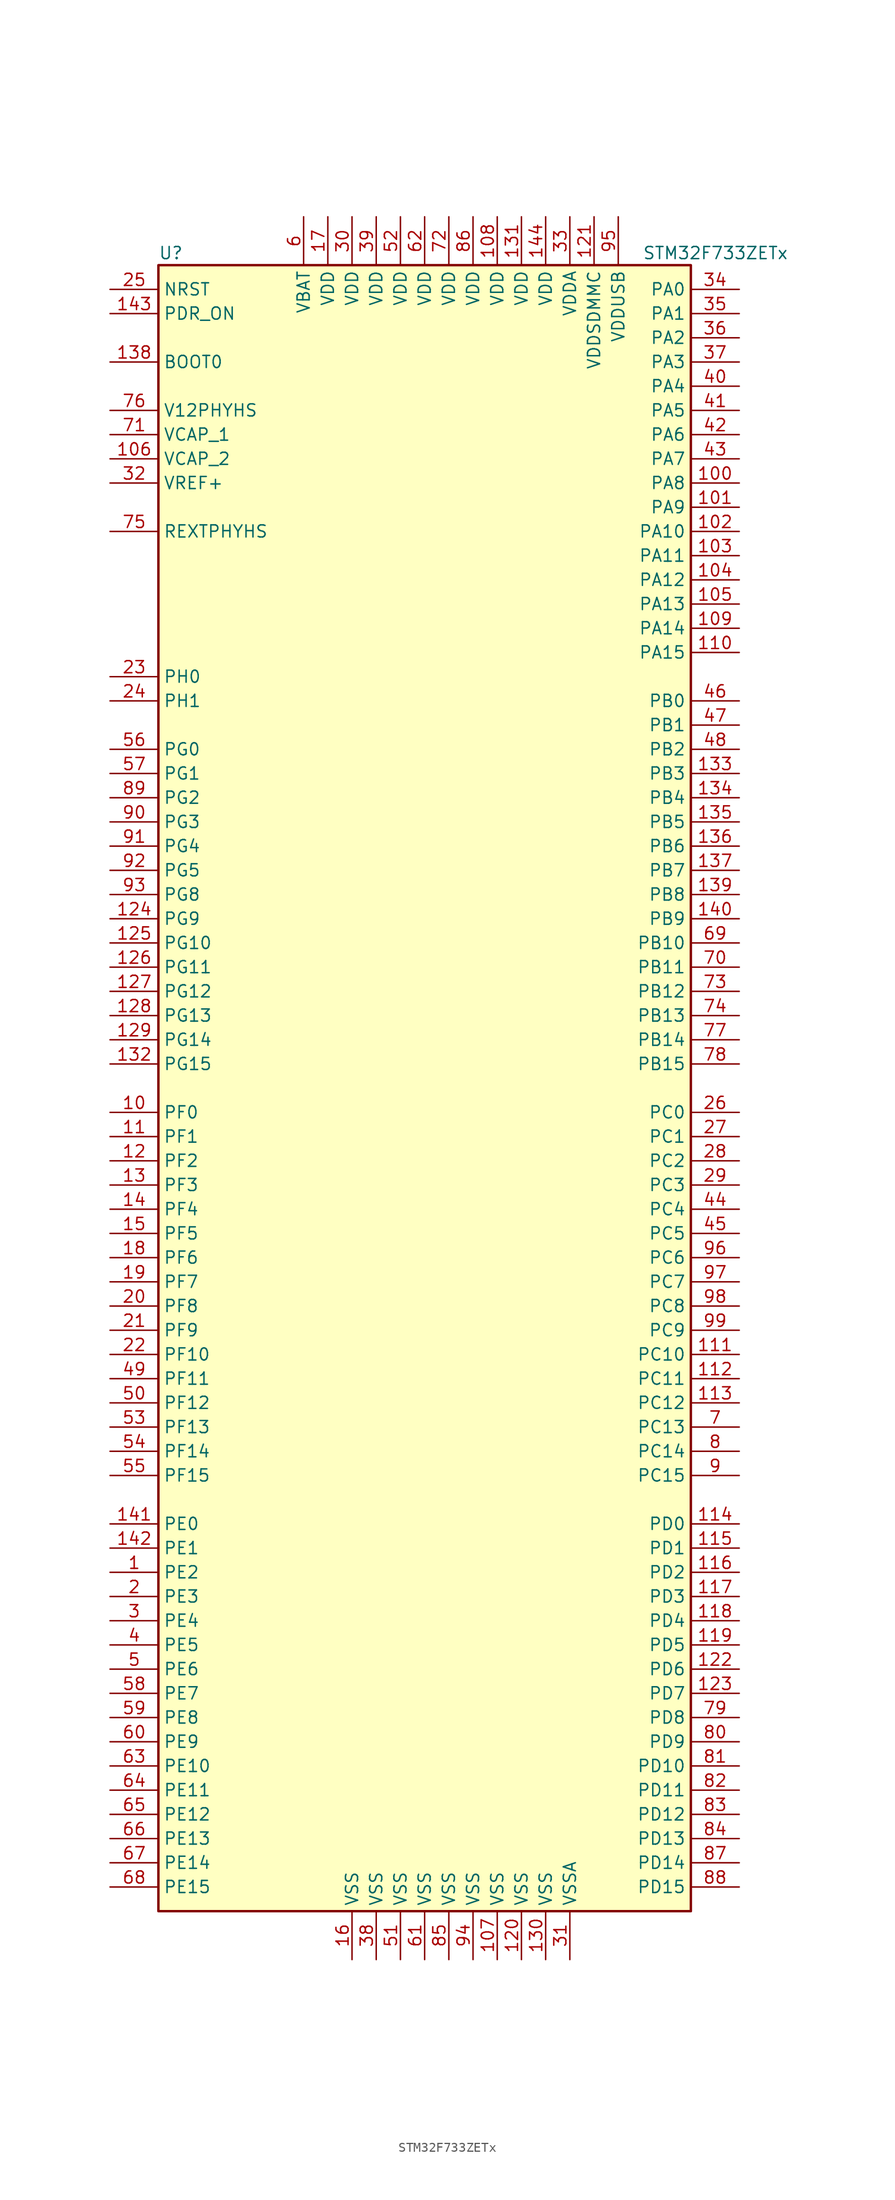
<source format=kicad_sym>
(kicad_symbol_lib
  (version 20201005)
  (generator kicad_symbol_editor)
  (symbol "MCU_ST_STM32F7:STM32F733ZETx"
    (property "Reference" "U"
      (at -27.94 87.63 0)
      (effects (font (size 1.27 1.27)) (justify left)))
    (property "Value" "STM32F733ZETx"
      (at 22.86 87.63 0)
      (effects (font (size 1.27 1.27)) (justify left)))
    (symbol "STM32F733ZETx_0_1"
      (rectangle (start -27.94 -86.36) (end 27.94 86.36) (stroke (width 0.254)) (fill (type background))))
    (symbol "STM32F733ZETx_1_1"
      (pin input line (at -33.02 76.2 0) (length 5.08) (name "BOOT0" (effects (font (size 1.27 1.27)))) (number "138" (effects (font (size 1.27 1.27)))))
      (pin input line (at -33.02 83.82 0) (length 5.08) (name "NRST" (effects (font (size 1.27 1.27)))) (number "25" (effects (font (size 1.27 1.27)))))
      (pin bidirectional line (at 33.02 83.82 180) (length 5.08) (name "PA0" (effects (font (size 1.27 1.27)))) (number "34" (effects (font (size 1.27 1.27)))))
      (pin bidirectional line (at 33.02 81.28 180) (length 5.08) (name "PA1" (effects (font (size 1.27 1.27)))) (number "35" (effects (font (size 1.27 1.27)))))
      (pin bidirectional line (at 33.02 58.42 180) (length 5.08) (name "PA10" (effects (font (size 1.27 1.27)))) (number "102" (effects (font (size 1.27 1.27)))))
      (pin bidirectional line (at 33.02 55.88 180) (length 5.08) (name "PA11" (effects (font (size 1.27 1.27)))) (number "103" (effects (font (size 1.27 1.27)))))
      (pin bidirectional line (at 33.02 53.34 180) (length 5.08) (name "PA12" (effects (font (size 1.27 1.27)))) (number "104" (effects (font (size 1.27 1.27)))))
      (pin bidirectional line (at 33.02 50.8 180) (length 5.08) (name "PA13" (effects (font (size 1.27 1.27)))) (number "105" (effects (font (size 1.27 1.27)))))
      (pin bidirectional line (at 33.02 48.26 180) (length 5.08) (name "PA14" (effects (font (size 1.27 1.27)))) (number "109" (effects (font (size 1.27 1.27)))))
      (pin bidirectional line (at 33.02 45.72 180) (length 5.08) (name "PA15" (effects (font (size 1.27 1.27)))) (number "110" (effects (font (size 1.27 1.27)))))
      (pin bidirectional line (at 33.02 78.74 180) (length 5.08) (name "PA2" (effects (font (size 1.27 1.27)))) (number "36" (effects (font (size 1.27 1.27)))))
      (pin bidirectional line (at 33.02 76.2 180) (length 5.08) (name "PA3" (effects (font (size 1.27 1.27)))) (number "37" (effects (font (size 1.27 1.27)))))
      (pin bidirectional line (at 33.02 73.66 180) (length 5.08) (name "PA4" (effects (font (size 1.27 1.27)))) (number "40" (effects (font (size 1.27 1.27)))))
      (pin bidirectional line (at 33.02 71.12 180) (length 5.08) (name "PA5" (effects (font (size 1.27 1.27)))) (number "41" (effects (font (size 1.27 1.27)))))
      (pin bidirectional line (at 33.02 68.58 180) (length 5.08) (name "PA6" (effects (font (size 1.27 1.27)))) (number "42" (effects (font (size 1.27 1.27)))))
      (pin bidirectional line (at 33.02 66.04 180) (length 5.08) (name "PA7" (effects (font (size 1.27 1.27)))) (number "43" (effects (font (size 1.27 1.27)))))
      (pin bidirectional line (at 33.02 63.5 180) (length 5.08) (name "PA8" (effects (font (size 1.27 1.27)))) (number "100" (effects (font (size 1.27 1.27)))))
      (pin bidirectional line (at 33.02 60.96 180) (length 5.08) (name "PA9" (effects (font (size 1.27 1.27)))) (number "101" (effects (font (size 1.27 1.27)))))
      (pin bidirectional line (at 33.02 40.64 180) (length 5.08) (name "PB0" (effects (font (size 1.27 1.27)))) (number "46" (effects (font (size 1.27 1.27)))))
      (pin bidirectional line (at 33.02 38.1 180) (length 5.08) (name "PB1" (effects (font (size 1.27 1.27)))) (number "47" (effects (font (size 1.27 1.27)))))
      (pin bidirectional line (at 33.02 15.24 180) (length 5.08) (name "PB10" (effects (font (size 1.27 1.27)))) (number "69" (effects (font (size 1.27 1.27)))))
      (pin bidirectional line (at 33.02 12.7 180) (length 5.08) (name "PB11" (effects (font (size 1.27 1.27)))) (number "70" (effects (font (size 1.27 1.27)))))
      (pin bidirectional line (at 33.02 10.16 180) (length 5.08) (name "PB12" (effects (font (size 1.27 1.27)))) (number "73" (effects (font (size 1.27 1.27)))))
      (pin bidirectional line (at 33.02 7.62 180) (length 5.08) (name "PB13" (effects (font (size 1.27 1.27)))) (number "74" (effects (font (size 1.27 1.27)))))
      (pin bidirectional line (at 33.02 5.08 180) (length 5.08) (name "PB14" (effects (font (size 1.27 1.27)))) (number "77" (effects (font (size 1.27 1.27)))))
      (pin bidirectional line (at 33.02 2.54 180) (length 5.08) (name "PB15" (effects (font (size 1.27 1.27)))) (number "78" (effects (font (size 1.27 1.27)))))
      (pin bidirectional line (at 33.02 35.56 180) (length 5.08) (name "PB2" (effects (font (size 1.27 1.27)))) (number "48" (effects (font (size 1.27 1.27)))))
      (pin bidirectional line (at 33.02 33.02 180) (length 5.08) (name "PB3" (effects (font (size 1.27 1.27)))) (number "133" (effects (font (size 1.27 1.27)))))
      (pin bidirectional line (at 33.02 30.48 180) (length 5.08) (name "PB4" (effects (font (size 1.27 1.27)))) (number "134" (effects (font (size 1.27 1.27)))))
      (pin bidirectional line (at 33.02 27.94 180) (length 5.08) (name "PB5" (effects (font (size 1.27 1.27)))) (number "135" (effects (font (size 1.27 1.27)))))
      (pin bidirectional line (at 33.02 25.4 180) (length 5.08) (name "PB6" (effects (font (size 1.27 1.27)))) (number "136" (effects (font (size 1.27 1.27)))))
      (pin bidirectional line (at 33.02 22.86 180) (length 5.08) (name "PB7" (effects (font (size 1.27 1.27)))) (number "137" (effects (font (size 1.27 1.27)))))
      (pin bidirectional line (at 33.02 20.32 180) (length 5.08) (name "PB8" (effects (font (size 1.27 1.27)))) (number "139" (effects (font (size 1.27 1.27)))))
      (pin bidirectional line (at 33.02 17.78 180) (length 5.08) (name "PB9" (effects (font (size 1.27 1.27)))) (number "140" (effects (font (size 1.27 1.27)))))
      (pin bidirectional line (at 33.02 -2.54 180) (length 5.08) (name "PC0" (effects (font (size 1.27 1.27)))) (number "26" (effects (font (size 1.27 1.27)))))
      (pin bidirectional line (at 33.02 -5.08 180) (length 5.08) (name "PC1" (effects (font (size 1.27 1.27)))) (number "27" (effects (font (size 1.27 1.27)))))
      (pin bidirectional line (at 33.02 -27.94 180) (length 5.08) (name "PC10" (effects (font (size 1.27 1.27)))) (number "111" (effects (font (size 1.27 1.27)))))
      (pin bidirectional line (at 33.02 -30.48 180) (length 5.08) (name "PC11" (effects (font (size 1.27 1.27)))) (number "112" (effects (font (size 1.27 1.27)))))
      (pin bidirectional line (at 33.02 -33.02 180) (length 5.08) (name "PC12" (effects (font (size 1.27 1.27)))) (number "113" (effects (font (size 1.27 1.27)))))
      (pin bidirectional line (at 33.02 -35.56 180) (length 5.08) (name "PC13" (effects (font (size 1.27 1.27)))) (number "7" (effects (font (size 1.27 1.27)))))
      (pin bidirectional line (at 33.02 -38.1 180) (length 5.08) (name "PC14" (effects (font (size 1.27 1.27)))) (number "8" (effects (font (size 1.27 1.27)))))
      (pin bidirectional line (at 33.02 -40.64 180) (length 5.08) (name "PC15" (effects (font (size 1.27 1.27)))) (number "9" (effects (font (size 1.27 1.27)))))
      (pin bidirectional line (at 33.02 -7.62 180) (length 5.08) (name "PC2" (effects (font (size 1.27 1.27)))) (number "28" (effects (font (size 1.27 1.27)))))
      (pin bidirectional line (at 33.02 -10.16 180) (length 5.08) (name "PC3" (effects (font (size 1.27 1.27)))) (number "29" (effects (font (size 1.27 1.27)))))
      (pin bidirectional line (at 33.02 -12.7 180) (length 5.08) (name "PC4" (effects (font (size 1.27 1.27)))) (number "44" (effects (font (size 1.27 1.27)))))
      (pin bidirectional line (at 33.02 -15.24 180) (length 5.08) (name "PC5" (effects (font (size 1.27 1.27)))) (number "45" (effects (font (size 1.27 1.27)))))
      (pin bidirectional line (at 33.02 -17.78 180) (length 5.08) (name "PC6" (effects (font (size 1.27 1.27)))) (number "96" (effects (font (size 1.27 1.27)))))
      (pin bidirectional line (at 33.02 -20.32 180) (length 5.08) (name "PC7" (effects (font (size 1.27 1.27)))) (number "97" (effects (font (size 1.27 1.27)))))
      (pin bidirectional line (at 33.02 -22.86 180) (length 5.08) (name "PC8" (effects (font (size 1.27 1.27)))) (number "98" (effects (font (size 1.27 1.27)))))
      (pin bidirectional line (at 33.02 -25.4 180) (length 5.08) (name "PC9" (effects (font (size 1.27 1.27)))) (number "99" (effects (font (size 1.27 1.27)))))
      (pin bidirectional line (at 33.02 -45.72 180) (length 5.08) (name "PD0" (effects (font (size 1.27 1.27)))) (number "114" (effects (font (size 1.27 1.27)))))
      (pin bidirectional line (at 33.02 -48.26 180) (length 5.08) (name "PD1" (effects (font (size 1.27 1.27)))) (number "115" (effects (font (size 1.27 1.27)))))
      (pin bidirectional line (at 33.02 -71.12 180) (length 5.08) (name "PD10" (effects (font (size 1.27 1.27)))) (number "81" (effects (font (size 1.27 1.27)))))
      (pin bidirectional line (at 33.02 -73.66 180) (length 5.08) (name "PD11" (effects (font (size 1.27 1.27)))) (number "82" (effects (font (size 1.27 1.27)))))
      (pin bidirectional line (at 33.02 -76.2 180) (length 5.08) (name "PD12" (effects (font (size 1.27 1.27)))) (number "83" (effects (font (size 1.27 1.27)))))
      (pin bidirectional line (at 33.02 -78.74 180) (length 5.08) (name "PD13" (effects (font (size 1.27 1.27)))) (number "84" (effects (font (size 1.27 1.27)))))
      (pin bidirectional line (at 33.02 -81.28 180) (length 5.08) (name "PD14" (effects (font (size 1.27 1.27)))) (number "87" (effects (font (size 1.27 1.27)))))
      (pin bidirectional line (at 33.02 -83.82 180) (length 5.08) (name "PD15" (effects (font (size 1.27 1.27)))) (number "88" (effects (font (size 1.27 1.27)))))
      (pin bidirectional line (at 33.02 -50.8 180) (length 5.08) (name "PD2" (effects (font (size 1.27 1.27)))) (number "116" (effects (font (size 1.27 1.27)))))
      (pin bidirectional line (at 33.02 -53.34 180) (length 5.08) (name "PD3" (effects (font (size 1.27 1.27)))) (number "117" (effects (font (size 1.27 1.27)))))
      (pin bidirectional line (at 33.02 -55.88 180) (length 5.08) (name "PD4" (effects (font (size 1.27 1.27)))) (number "118" (effects (font (size 1.27 1.27)))))
      (pin bidirectional line (at 33.02 -58.42 180) (length 5.08) (name "PD5" (effects (font (size 1.27 1.27)))) (number "119" (effects (font (size 1.27 1.27)))))
      (pin bidirectional line (at 33.02 -60.96 180) (length 5.08) (name "PD6" (effects (font (size 1.27 1.27)))) (number "122" (effects (font (size 1.27 1.27)))))
      (pin bidirectional line (at 33.02 -63.5 180) (length 5.08) (name "PD7" (effects (font (size 1.27 1.27)))) (number "123" (effects (font (size 1.27 1.27)))))
      (pin bidirectional line (at 33.02 -66.04 180) (length 5.08) (name "PD8" (effects (font (size 1.27 1.27)))) (number "79" (effects (font (size 1.27 1.27)))))
      (pin bidirectional line (at 33.02 -68.58 180) (length 5.08) (name "PD9" (effects (font (size 1.27 1.27)))) (number "80" (effects (font (size 1.27 1.27)))))
      (pin input line (at -33.02 81.28 0) (length 5.08) (name "PDR_ON" (effects (font (size 1.27 1.27)))) (number "143" (effects (font (size 1.27 1.27)))))
      (pin bidirectional line (at -33.02 -45.72 0) (length 5.08) (name "PE0" (effects (font (size 1.27 1.27)))) (number "141" (effects (font (size 1.27 1.27)))))
      (pin bidirectional line (at -33.02 -48.26 0) (length 5.08) (name "PE1" (effects (font (size 1.27 1.27)))) (number "142" (effects (font (size 1.27 1.27)))))
      (pin bidirectional line (at -33.02 -71.12 0) (length 5.08) (name "PE10" (effects (font (size 1.27 1.27)))) (number "63" (effects (font (size 1.27 1.27)))))
      (pin bidirectional line (at -33.02 -73.66 0) (length 5.08) (name "PE11" (effects (font (size 1.27 1.27)))) (number "64" (effects (font (size 1.27 1.27)))))
      (pin bidirectional line (at -33.02 -76.2 0) (length 5.08) (name "PE12" (effects (font (size 1.27 1.27)))) (number "65" (effects (font (size 1.27 1.27)))))
      (pin bidirectional line (at -33.02 -78.74 0) (length 5.08) (name "PE13" (effects (font (size 1.27 1.27)))) (number "66" (effects (font (size 1.27 1.27)))))
      (pin bidirectional line (at -33.02 -81.28 0) (length 5.08) (name "PE14" (effects (font (size 1.27 1.27)))) (number "67" (effects (font (size 1.27 1.27)))))
      (pin bidirectional line (at -33.02 -83.82 0) (length 5.08) (name "PE15" (effects (font (size 1.27 1.27)))) (number "68" (effects (font (size 1.27 1.27)))))
      (pin bidirectional line (at -33.02 -50.8 0) (length 5.08) (name "PE2" (effects (font (size 1.27 1.27)))) (number "1" (effects (font (size 1.27 1.27)))))
      (pin bidirectional line (at -33.02 -53.34 0) (length 5.08) (name "PE3" (effects (font (size 1.27 1.27)))) (number "2" (effects (font (size 1.27 1.27)))))
      (pin bidirectional line (at -33.02 -55.88 0) (length 5.08) (name "PE4" (effects (font (size 1.27 1.27)))) (number "3" (effects (font (size 1.27 1.27)))))
      (pin bidirectional line (at -33.02 -58.42 0) (length 5.08) (name "PE5" (effects (font (size 1.27 1.27)))) (number "4" (effects (font (size 1.27 1.27)))))
      (pin bidirectional line (at -33.02 -60.96 0) (length 5.08) (name "PE6" (effects (font (size 1.27 1.27)))) (number "5" (effects (font (size 1.27 1.27)))))
      (pin bidirectional line (at -33.02 -63.5 0) (length 5.08) (name "PE7" (effects (font (size 1.27 1.27)))) (number "58" (effects (font (size 1.27 1.27)))))
      (pin bidirectional line (at -33.02 -66.04 0) (length 5.08) (name "PE8" (effects (font (size 1.27 1.27)))) (number "59" (effects (font (size 1.27 1.27)))))
      (pin bidirectional line (at -33.02 -68.58 0) (length 5.08) (name "PE9" (effects (font (size 1.27 1.27)))) (number "60" (effects (font (size 1.27 1.27)))))
      (pin bidirectional line (at -33.02 -2.54 0) (length 5.08) (name "PF0" (effects (font (size 1.27 1.27)))) (number "10" (effects (font (size 1.27 1.27)))))
      (pin bidirectional line (at -33.02 -5.08 0) (length 5.08) (name "PF1" (effects (font (size 1.27 1.27)))) (number "11" (effects (font (size 1.27 1.27)))))
      (pin bidirectional line (at -33.02 -27.94 0) (length 5.08) (name "PF10" (effects (font (size 1.27 1.27)))) (number "22" (effects (font (size 1.27 1.27)))))
      (pin bidirectional line (at -33.02 -30.48 0) (length 5.08) (name "PF11" (effects (font (size 1.27 1.27)))) (number "49" (effects (font (size 1.27 1.27)))))
      (pin bidirectional line (at -33.02 -33.02 0) (length 5.08) (name "PF12" (effects (font (size 1.27 1.27)))) (number "50" (effects (font (size 1.27 1.27)))))
      (pin bidirectional line (at -33.02 -35.56 0) (length 5.08) (name "PF13" (effects (font (size 1.27 1.27)))) (number "53" (effects (font (size 1.27 1.27)))))
      (pin bidirectional line (at -33.02 -38.1 0) (length 5.08) (name "PF14" (effects (font (size 1.27 1.27)))) (number "54" (effects (font (size 1.27 1.27)))))
      (pin bidirectional line (at -33.02 -40.64 0) (length 5.08) (name "PF15" (effects (font (size 1.27 1.27)))) (number "55" (effects (font (size 1.27 1.27)))))
      (pin bidirectional line (at -33.02 -7.62 0) (length 5.08) (name "PF2" (effects (font (size 1.27 1.27)))) (number "12" (effects (font (size 1.27 1.27)))))
      (pin bidirectional line (at -33.02 -10.16 0) (length 5.08) (name "PF3" (effects (font (size 1.27 1.27)))) (number "13" (effects (font (size 1.27 1.27)))))
      (pin bidirectional line (at -33.02 -12.7 0) (length 5.08) (name "PF4" (effects (font (size 1.27 1.27)))) (number "14" (effects (font (size 1.27 1.27)))))
      (pin bidirectional line (at -33.02 -15.24 0) (length 5.08) (name "PF5" (effects (font (size 1.27 1.27)))) (number "15" (effects (font (size 1.27 1.27)))))
      (pin bidirectional line (at -33.02 -17.78 0) (length 5.08) (name "PF6" (effects (font (size 1.27 1.27)))) (number "18" (effects (font (size 1.27 1.27)))))
      (pin bidirectional line (at -33.02 -20.32 0) (length 5.08) (name "PF7" (effects (font (size 1.27 1.27)))) (number "19" (effects (font (size 1.27 1.27)))))
      (pin bidirectional line (at -33.02 -22.86 0) (length 5.08) (name "PF8" (effects (font (size 1.27 1.27)))) (number "20" (effects (font (size 1.27 1.27)))))
      (pin bidirectional line (at -33.02 -25.4 0) (length 5.08) (name "PF9" (effects (font (size 1.27 1.27)))) (number "21" (effects (font (size 1.27 1.27)))))
      (pin bidirectional line (at -33.02 35.56 0) (length 5.08) (name "PG0" (effects (font (size 1.27 1.27)))) (number "56" (effects (font (size 1.27 1.27)))))
      (pin bidirectional line (at -33.02 33.02 0) (length 5.08) (name "PG1" (effects (font (size 1.27 1.27)))) (number "57" (effects (font (size 1.27 1.27)))))
      (pin bidirectional line (at -33.02 15.24 0) (length 5.08) (name "PG10" (effects (font (size 1.27 1.27)))) (number "125" (effects (font (size 1.27 1.27)))))
      (pin bidirectional line (at -33.02 12.7 0) (length 5.08) (name "PG11" (effects (font (size 1.27 1.27)))) (number "126" (effects (font (size 1.27 1.27)))))
      (pin bidirectional line (at -33.02 10.16 0) (length 5.08) (name "PG12" (effects (font (size 1.27 1.27)))) (number "127" (effects (font (size 1.27 1.27)))))
      (pin bidirectional line (at -33.02 7.62 0) (length 5.08) (name "PG13" (effects (font (size 1.27 1.27)))) (number "128" (effects (font (size 1.27 1.27)))))
      (pin bidirectional line (at -33.02 5.08 0) (length 5.08) (name "PG14" (effects (font (size 1.27 1.27)))) (number "129" (effects (font (size 1.27 1.27)))))
      (pin bidirectional line (at -33.02 2.54 0) (length 5.08) (name "PG15" (effects (font (size 1.27 1.27)))) (number "132" (effects (font (size 1.27 1.27)))))
      (pin bidirectional line (at -33.02 30.48 0) (length 5.08) (name "PG2" (effects (font (size 1.27 1.27)))) (number "89" (effects (font (size 1.27 1.27)))))
      (pin bidirectional line (at -33.02 27.94 0) (length 5.08) (name "PG3" (effects (font (size 1.27 1.27)))) (number "90" (effects (font (size 1.27 1.27)))))
      (pin bidirectional line (at -33.02 25.4 0) (length 5.08) (name "PG4" (effects (font (size 1.27 1.27)))) (number "91" (effects (font (size 1.27 1.27)))))
      (pin bidirectional line (at -33.02 22.86 0) (length 5.08) (name "PG5" (effects (font (size 1.27 1.27)))) (number "92" (effects (font (size 1.27 1.27)))))
      (pin bidirectional line (at -33.02 20.32 0) (length 5.08) (name "PG8" (effects (font (size 1.27 1.27)))) (number "93" (effects (font (size 1.27 1.27)))))
      (pin bidirectional line (at -33.02 17.78 0) (length 5.08) (name "PG9" (effects (font (size 1.27 1.27)))) (number "124" (effects (font (size 1.27 1.27)))))
      (pin input line (at -33.02 43.18 0) (length 5.08) (name "PH0" (effects (font (size 1.27 1.27)))) (number "23" (effects (font (size 1.27 1.27)))))
      (pin input line (at -33.02 40.64 0) (length 5.08) (name "PH1" (effects (font (size 1.27 1.27)))) (number "24" (effects (font (size 1.27 1.27)))))
      (pin bidirectional line (at -33.02 58.42 0) (length 5.08) (name "REXTPHYHS" (effects (font (size 1.27 1.27)))) (number "75" (effects (font (size 1.27 1.27)))))
      (pin power_in line (at -33.02 71.12 0) (length 5.08) (name "V12PHYHS" (effects (font (size 1.27 1.27)))) (number "76" (effects (font (size 1.27 1.27)))))
      (pin power_in line (at -12.7 91.44 270) (length 5.08) (name "VBAT" (effects (font (size 1.27 1.27)))) (number "6" (effects (font (size 1.27 1.27)))))
      (pin power_in line (at -33.02 68.58 0) (length 5.08) (name "VCAP_1" (effects (font (size 1.27 1.27)))) (number "71" (effects (font (size 1.27 1.27)))))
      (pin power_in line (at -33.02 66.04 0) (length 5.08) (name "VCAP_2" (effects (font (size 1.27 1.27)))) (number "106" (effects (font (size 1.27 1.27)))))
      (pin power_in line (at 7.62 91.44 270) (length 5.08) (name "VDD" (effects (font (size 1.27 1.27)))) (number "108" (effects (font (size 1.27 1.27)))))
      (pin power_in line (at 10.16 91.44 270) (length 5.08) (name "VDD" (effects (font (size 1.27 1.27)))) (number "131" (effects (font (size 1.27 1.27)))))
      (pin power_in line (at 12.7 91.44 270) (length 5.08) (name "VDD" (effects (font (size 1.27 1.27)))) (number "144" (effects (font (size 1.27 1.27)))))
      (pin power_in line (at -10.16 91.44 270) (length 5.08) (name "VDD" (effects (font (size 1.27 1.27)))) (number "17" (effects (font (size 1.27 1.27)))))
      (pin power_in line (at -7.62 91.44 270) (length 5.08) (name "VDD" (effects (font (size 1.27 1.27)))) (number "30" (effects (font (size 1.27 1.27)))))
      (pin power_in line (at -5.08 91.44 270) (length 5.08) (name "VDD" (effects (font (size 1.27 1.27)))) (number "39" (effects (font (size 1.27 1.27)))))
      (pin power_in line (at -2.54 91.44 270) (length 5.08) (name "VDD" (effects (font (size 1.27 1.27)))) (number "52" (effects (font (size 1.27 1.27)))))
      (pin power_in line (at 0 91.44 270) (length 5.08) (name "VDD" (effects (font (size 1.27 1.27)))) (number "62" (effects (font (size 1.27 1.27)))))
      (pin power_in line (at 2.54 91.44 270) (length 5.08) (name "VDD" (effects (font (size 1.27 1.27)))) (number "72" (effects (font (size 1.27 1.27)))))
      (pin power_in line (at 5.08 91.44 270) (length 5.08) (name "VDD" (effects (font (size 1.27 1.27)))) (number "86" (effects (font (size 1.27 1.27)))))
      (pin power_in line (at 15.24 91.44 270) (length 5.08) (name "VDDA" (effects (font (size 1.27 1.27)))) (number "33" (effects (font (size 1.27 1.27)))))
      (pin power_in line (at 17.78 91.44 270) (length 5.08) (name "VDDSDMMC" (effects (font (size 1.27 1.27)))) (number "121" (effects (font (size 1.27 1.27)))))
      (pin power_in line (at 20.32 91.44 270) (length 5.08) (name "VDDUSB" (effects (font (size 1.27 1.27)))) (number "95" (effects (font (size 1.27 1.27)))))
      (pin power_in line (at -33.02 63.5 0) (length 5.08) (name "VREF+" (effects (font (size 1.27 1.27)))) (number "32" (effects (font (size 1.27 1.27)))))
      (pin power_in line (at 7.62 -91.44 90) (length 5.08) (name "VSS" (effects (font (size 1.27 1.27)))) (number "107" (effects (font (size 1.27 1.27)))))
      (pin power_in line (at 10.16 -91.44 90) (length 5.08) (name "VSS" (effects (font (size 1.27 1.27)))) (number "120" (effects (font (size 1.27 1.27)))))
      (pin power_in line (at 12.7 -91.44 90) (length 5.08) (name "VSS" (effects (font (size 1.27 1.27)))) (number "130" (effects (font (size 1.27 1.27)))))
      (pin power_in line (at -7.62 -91.44 90) (length 5.08) (name "VSS" (effects (font (size 1.27 1.27)))) (number "16" (effects (font (size 1.27 1.27)))))
      (pin power_in line (at -5.08 -91.44 90) (length 5.08) (name "VSS" (effects (font (size 1.27 1.27)))) (number "38" (effects (font (size 1.27 1.27)))))
      (pin power_in line (at -2.54 -91.44 90) (length 5.08) (name "VSS" (effects (font (size 1.27 1.27)))) (number "51" (effects (font (size 1.27 1.27)))))
      (pin power_in line (at 0 -91.44 90) (length 5.08) (name "VSS" (effects (font (size 1.27 1.27)))) (number "61" (effects (font (size 1.27 1.27)))))
      (pin power_in line (at 2.54 -91.44 90) (length 5.08) (name "VSS" (effects (font (size 1.27 1.27)))) (number "85" (effects (font (size 1.27 1.27)))))
      (pin power_in line (at 5.08 -91.44 90) (length 5.08) (name "VSS" (effects (font (size 1.27 1.27)))) (number "94" (effects (font (size 1.27 1.27)))))
      (pin power_in line (at 15.24 -91.44 90) (length 5.08) (name "VSSA" (effects (font (size 1.27 1.27)))) (number "31" (effects (font (size 1.27 1.27))))))))
</source>
